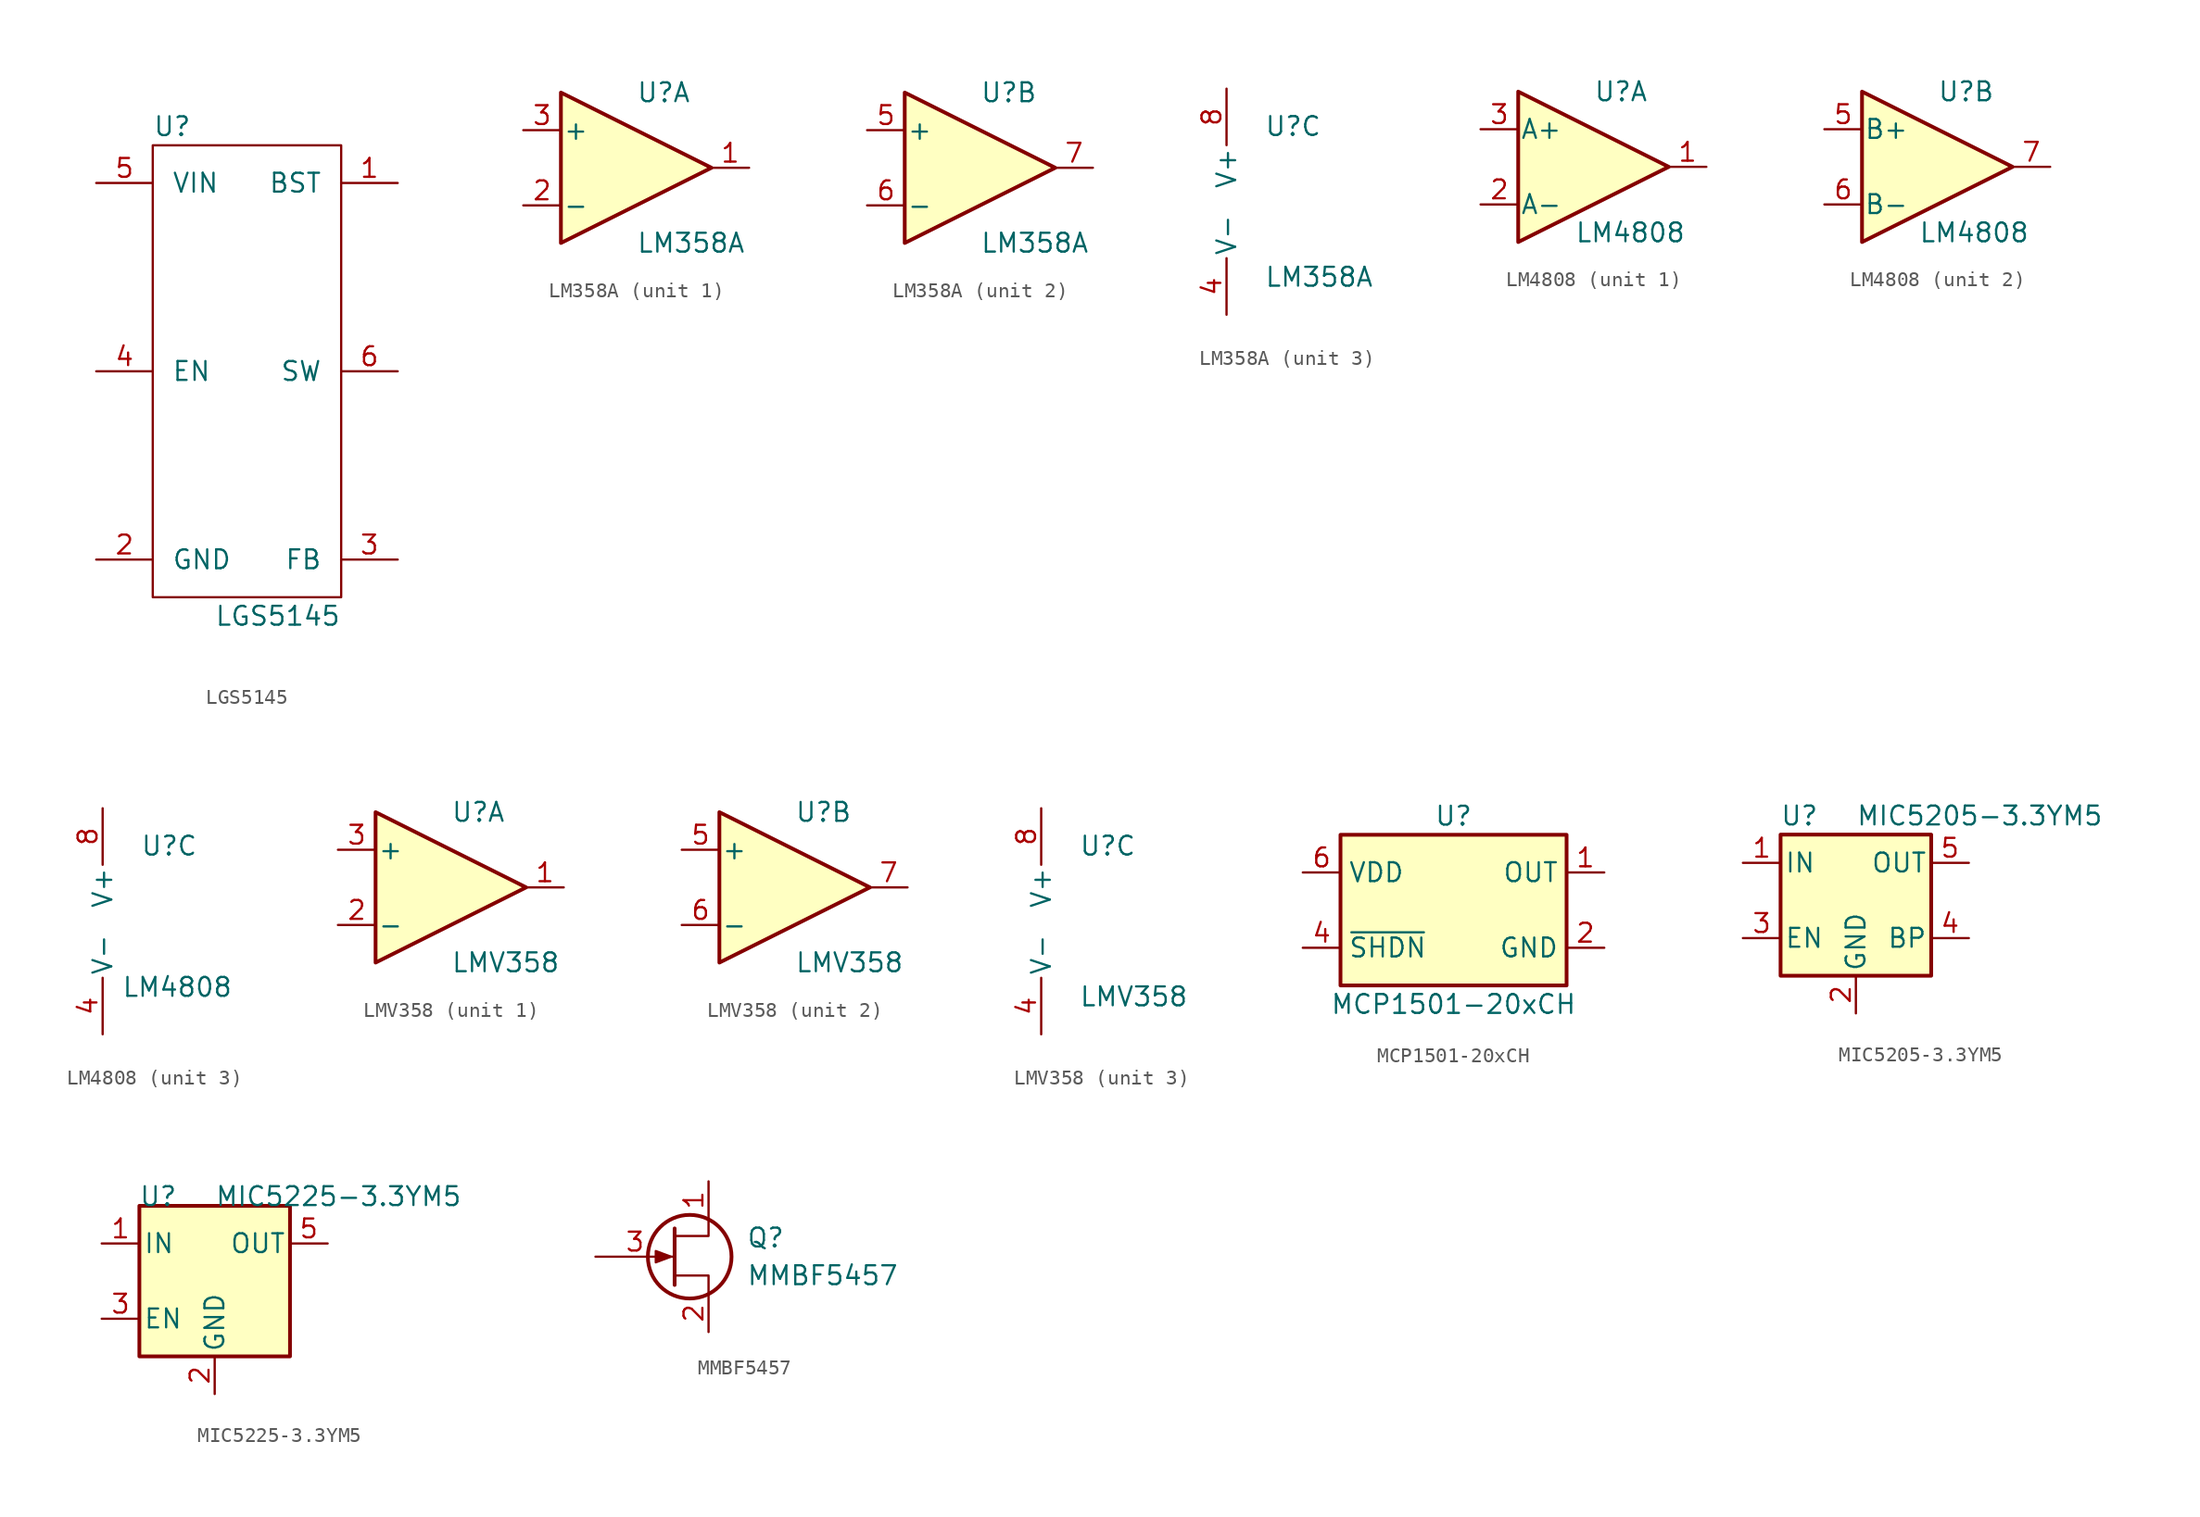
<source format=kicad_sym>
(kicad_symbol_lib
  (version 20231120)
  (generator "kicad_symbol_editor")
  (generator_version "8.0")
  (symbol "LGS5145"
    (pin_names
      (offset 1.27))
    (property "Reference" "U"
      (at -6.35 8.89 0)
      (effects (font (size 1.27 1.27)) (justify left)))
    (property "Value" "LGS5145"
      (at 6.35 -24.13 0)
      (effects (font (size 1.27 1.27)) (justify right)))
    (symbol "LGS5145_0_1"
      (rectangle (start -6.35 7.62) (end 6.35 -22.86) (stroke (width 0) (type default)) (fill (type none))))
    (symbol "LGS5145_1_1"
      (pin passive line (at 10.16 5.08 180) (length 3.81) (name "BST" (effects (font (size 1.27 1.27)))) (number "1" (effects (font (size 1.27 1.27)))))
      (pin power_in line (at -10.16 -20.32 0) (length 3.81) (name "GND" (effects (font (size 1.27 1.27)))) (number "2" (effects (font (size 1.27 1.27)))))
      (pin passive line (at 10.16 -20.32 180) (length 3.81) (name "FB" (effects (font (size 1.27 1.27)))) (number "3" (effects (font (size 1.27 1.27)))))
      (pin input line (at -10.16 -7.62 0) (length 3.81) (name "EN" (effects (font (size 1.27 1.27)))) (number "4" (effects (font (size 1.27 1.27)))))
      (pin power_in line (at -10.16 5.08 0) (length 3.81) (name "VIN" (effects (font (size 1.27 1.27)))) (number "5" (effects (font (size 1.27 1.27)))))
      (pin power_out line (at 10.16 -7.62 180) (length 3.81) (name "SW" (effects (font (size 1.27 1.27)))) (number "6" (effects (font (size 1.27 1.27)))))))
  (symbol "LM358A"
    (pin_names
      (offset 0.127))
    (property "Reference" "U"
      (at 0 5.08 0)
      (effects (font (size 1.27 1.27)) (justify left)))
    (property "Value" "LM358A"
      (at 0 -5.08 0)
      (effects (font (size 1.27 1.27)) (justify left)))
    (property "ki_locked" ""
      (at 0 0 0)
      (effects (font (size 1.27 1.27))))
    (symbol "LM358A_1_1"
      (polyline (pts (xy -5.08 5.08) (xy 5.08 0) (xy -5.08 -5.08) (xy -5.08 5.08)) (stroke (width 0.254) (type default)) (fill (type background)))
      (pin output line (at 7.62 0 180) (length 2.54) (name "~" (effects (font (size 1.27 1.27)))) (number "1" (effects (font (size 1.27 1.27)))))
      (pin input line (at -7.62 -2.54 0) (length 2.54) (name "-" (effects (font (size 1.27 1.27)))) (number "2" (effects (font (size 1.27 1.27)))))
      (pin input line (at -7.62 2.54 0) (length 2.54) (name "+" (effects (font (size 1.27 1.27)))) (number "3" (effects (font (size 1.27 1.27))))))
    (symbol "LM358A_2_1"
      (polyline (pts (xy -5.08 5.08) (xy 5.08 0) (xy -5.08 -5.08) (xy -5.08 5.08)) (stroke (width 0.254) (type default)) (fill (type background)))
      (pin input line (at -7.62 2.54 0) (length 2.54) (name "+" (effects (font (size 1.27 1.27)))) (number "5" (effects (font (size 1.27 1.27)))))
      (pin input line (at -7.62 -2.54 0) (length 2.54) (name "-" (effects (font (size 1.27 1.27)))) (number "6" (effects (font (size 1.27 1.27)))))
      (pin output line (at 7.62 0 180) (length 2.54) (name "~" (effects (font (size 1.27 1.27)))) (number "7" (effects (font (size 1.27 1.27))))))
    (symbol "LM358A_3_1"
      (pin power_in line (at -2.54 -7.62 90) (length 3.81) (name "V-" (effects (font (size 1.27 1.27)))) (number "4" (effects (font (size 1.27 1.27)))))
      (pin power_in line (at -2.54 7.62 270) (length 3.81) (name "V+" (effects (font (size 1.27 1.27)))) (number "8" (effects (font (size 1.27 1.27)))))))
  (symbol "LM4808"
    (pin_names
      (offset 0.127))
    (property "Reference" "U"
      (at 0 5.08 0)
      (effects (font (size 1.27 1.27)) (justify left)))
    (property "Value" "LM4808"
      (at -1.27 -4.445 0)
      (effects (font (size 1.27 1.27)) (justify left)))
    (property "ki_locked" ""
      (at 0 0 0)
      (effects (font (size 1.27 1.27))))
    (symbol "LM4808_1_1"
      (polyline (pts (xy -5.08 5.08) (xy 5.08 0) (xy -5.08 -5.08) (xy -5.08 5.08)) (stroke (width 0.254) (type default)) (fill (type background)))
      (pin output line (at 7.62 0 180) (length 2.54) (name "~" (effects (font (size 1.27 1.27)))) (number "1" (effects (font (size 1.27 1.27)))))
      (pin input line (at -7.62 -2.54 0) (length 2.54) (name "A-" (effects (font (size 1.27 1.27)))) (number "2" (effects (font (size 1.27 1.27)))))
      (pin input line (at -7.62 2.54 0) (length 2.54) (name "A+" (effects (font (size 1.27 1.27)))) (number "3" (effects (font (size 1.27 1.27))))))
    (symbol "LM4808_2_1"
      (polyline (pts (xy -5.08 5.08) (xy 5.08 0) (xy -5.08 -5.08) (xy -5.08 5.08)) (stroke (width 0.254) (type default)) (fill (type background)))
      (pin input line (at -7.62 2.54 0) (length 2.54) (name "B+" (effects (font (size 1.27 1.27)))) (number "5" (effects (font (size 1.27 1.27)))))
      (pin input line (at -7.62 -2.54 0) (length 2.54) (name "B-" (effects (font (size 1.27 1.27)))) (number "6" (effects (font (size 1.27 1.27)))))
      (pin output line (at 7.62 0 180) (length 2.54) (name "~" (effects (font (size 1.27 1.27)))) (number "7" (effects (font (size 1.27 1.27))))))
    (symbol "LM4808_3_1"
      (pin power_in line (at -2.54 -7.62 90) (length 3.81) (name "V-" (effects (font (size 1.27 1.27)))) (number "4" (effects (font (size 1.27 1.27)))))
      (pin power_in line (at -2.54 7.62 270) (length 3.81) (name "V+" (effects (font (size 1.27 1.27)))) (number "8" (effects (font (size 1.27 1.27)))))))
  (symbol "LMV358"
    (pin_names
      (offset 0.127))
    (property "Reference" "U"
      (at 0 5.08 0)
      (effects (font (size 1.27 1.27)) (justify left)))
    (property "Value" "LMV358"
      (at 0 -5.08 0)
      (effects (font (size 1.27 1.27)) (justify left)))
    (property "ki_locked" ""
      (at 0 0 0)
      (effects (font (size 1.27 1.27))))
    (symbol "LMV358_1_1"
      (polyline (pts (xy -5.08 5.08) (xy 5.08 0) (xy -5.08 -5.08) (xy -5.08 5.08)) (stroke (width 0.254) (type default)) (fill (type background)))
      (pin output line (at 7.62 0 180) (length 2.54) (name "~" (effects (font (size 1.27 1.27)))) (number "1" (effects (font (size 1.27 1.27)))))
      (pin input line (at -7.62 -2.54 0) (length 2.54) (name "-" (effects (font (size 1.27 1.27)))) (number "2" (effects (font (size 1.27 1.27)))))
      (pin input line (at -7.62 2.54 0) (length 2.54) (name "+" (effects (font (size 1.27 1.27)))) (number "3" (effects (font (size 1.27 1.27))))))
    (symbol "LMV358_2_1"
      (polyline (pts (xy -5.08 5.08) (xy 5.08 0) (xy -5.08 -5.08) (xy -5.08 5.08)) (stroke (width 0.254) (type default)) (fill (type background)))
      (pin input line (at -7.62 2.54 0) (length 2.54) (name "+" (effects (font (size 1.27 1.27)))) (number "5" (effects (font (size 1.27 1.27)))))
      (pin input line (at -7.62 -2.54 0) (length 2.54) (name "-" (effects (font (size 1.27 1.27)))) (number "6" (effects (font (size 1.27 1.27)))))
      (pin output line (at 7.62 0 180) (length 2.54) (name "~" (effects (font (size 1.27 1.27)))) (number "7" (effects (font (size 1.27 1.27))))))
    (symbol "LMV358_3_1"
      (pin power_in line (at -2.54 -7.62 90) (length 3.81) (name "V-" (effects (font (size 1.27 1.27)))) (number "4" (effects (font (size 1.27 1.27)))))
      (pin power_in line (at -2.54 7.62 270) (length 3.81) (name "V+" (effects (font (size 1.27 1.27)))) (number "8" (effects (font (size 1.27 1.27)))))))
  (symbol "MCP1501-20xCH"
    (property "Reference" "U"
      (at 0 6.35 0)
      (effects (font (size 1.27 1.27))))
    (property "Value" "MCP1501-20xCH"
      (at 0 -6.35 0)
      (effects (font (size 1.27 1.27))))
    (symbol "MCP1501-20xCH_0_0"
      (pin power_out line (at 10.16 2.54 180) (length 2.54) (name "OUT" (effects (font (size 1.27 1.27)))) (number "1" (effects (font (size 1.27 1.27)))))
      (pin power_in line (at 10.16 -2.54 180) (length 2.54) (name "GND" (effects (font (size 1.27 1.27)))) (number "2" (effects (font (size 1.27 1.27)))))
      (pin passive line (at 10.16 -2.54 180) (length 2.54) hide (name "GND" (effects (font (size 1.27 1.27)))) (number "3" (effects (font (size 1.27 1.27)))))
      (pin input line (at -10.16 -2.54 0) (length 2.54) (name "~{SHDN}" (effects (font (size 1.27 1.27)))) (number "4" (effects (font (size 1.27 1.27)))))
      (pin passive line (at 10.16 -2.54 180) (length 2.54) hide (name "GND" (effects (font (size 1.27 1.27)))) (number "5" (effects (font (size 1.27 1.27)))))
      (pin power_in line (at -10.16 2.54 0) (length 2.54) (name "VDD" (effects (font (size 1.27 1.27)))) (number "6" (effects (font (size 1.27 1.27))))))
    (symbol "MCP1501-20xCH_0_1"
      (rectangle (start -7.62 5.08) (end 7.62 -5.08) (stroke (width 0.254) (type default)) (fill (type background)))))
  (symbol "MIC5205-3.3YM5"
    (pin_names
      (offset 0.254))
    (property "Reference" "U"
      (at -3.81 5.715 0)
      (effects (font (size 1.27 1.27))))
    (property "Value" "MIC5205-3.3YM5"
      (at 0 5.715 0)
      (effects (font (size 1.27 1.27)) (justify left)))
    (symbol "MIC5205-3.3YM5_0_1"
      (rectangle (start -5.08 4.445) (end 5.08 -5.08) (stroke (width 0.254) (type default)) (fill (type background))))
    (symbol "MIC5205-3.3YM5_1_1"
      (pin power_in line (at -7.62 2.54 0) (length 2.54) (name "IN" (effects (font (size 1.27 1.27)))) (number "1" (effects (font (size 1.27 1.27)))))
      (pin power_in line (at 0 -7.62 90) (length 2.54) (name "GND" (effects (font (size 1.27 1.27)))) (number "2" (effects (font (size 1.27 1.27)))))
      (pin input line (at -7.62 -2.54 0) (length 2.54) (name "EN" (effects (font (size 1.27 1.27)))) (number "3" (effects (font (size 1.27 1.27)))))
      (pin input line (at 7.62 -2.54 180) (length 2.54) (name "BP" (effects (font (size 1.27 1.27)))) (number "4" (effects (font (size 1.27 1.27)))))
      (pin power_out line (at 7.62 2.54 180) (length 2.54) (name "OUT" (effects (font (size 1.27 1.27)))) (number "5" (effects (font (size 1.27 1.27)))))))
  (symbol "MIC5225-3.3YM5"
    (pin_names
      (offset 0.254))
    (property "Reference" "U"
      (at -3.81 5.715 0)
      (effects (font (size 1.27 1.27))))
    (property "Value" "MIC5225-3.3YM5"
      (at 0 5.715 0)
      (effects (font (size 1.27 1.27)) (justify left)))
    (symbol "MIC5225-3.3YM5_0_1"
      (rectangle (start -5.08 5.08) (end 5.08 -5.08) (stroke (width 0.254) (type default)) (fill (type background))))
    (symbol "MIC5225-3.3YM5_1_1"
      (pin power_in line (at -7.62 2.54 0) (length 2.54) (name "IN" (effects (font (size 1.27 1.27)))) (number "1" (effects (font (size 1.27 1.27)))))
      (pin power_in line (at 0 -7.62 90) (length 2.54) (name "GND" (effects (font (size 1.27 1.27)))) (number "2" (effects (font (size 1.27 1.27)))))
      (pin input line (at -7.62 -2.54 0) (length 2.54) (name "EN" (effects (font (size 1.27 1.27)))) (number "3" (effects (font (size 1.27 1.27)))))
      (pin no_connect line (at 7.62 -2.54 180) (length 2.54) hide (name "NC" (effects (font (size 1.27 1.27)))) (number "4" (effects (font (size 1.27 1.27)))))
      (pin power_out line (at 7.62 2.54 180) (length 2.54) (name "OUT" (effects (font (size 1.27 1.27)))) (number "5" (effects (font (size 1.27 1.27)))))))
  (symbol "MMBF5457"
    (pin_names
      (offset 0) hide)
    (property "Reference" "Q"
      (at 5.08 1.27 0)
      (effects (font (size 1.27 1.27)) (justify left)))
    (property "Value" "MMBF5457"
      (at 5.08 -1.27 0)
      (effects (font (size 1.27 1.27)) (justify left)))
    (symbol "MMBF5457_0_1"
      (polyline (pts (xy 0.254 1.905) (xy 0.254 -1.905) (xy 0.254 -1.905)) (stroke (width 0.254) (type default)) (fill (type none)))
      (polyline (pts (xy 2.54 -2.54) (xy 2.54 -1.27) (xy 0.254 -1.27)) (stroke (width 0) (type default)) (fill (type none)))
      (polyline (pts (xy 2.54 2.54) (xy 2.54 1.397) (xy 0.254 1.397)) (stroke (width 0) (type default)) (fill (type none)))
      (polyline (pts (xy 0 0) (xy -1.016 0.381) (xy -1.016 -0.381) (xy 0 0)) (stroke (width 0) (type default)) (fill (type outline)))
      (circle (center 1.27 0) (radius 2.819) (stroke (width 0.254) (type default)) (fill (type none))))
    (symbol "MMBF5457_1_1"
      (pin passive line (at 2.54 5.08 270) (length 2.54) (name "D" (effects (font (size 1.27 1.27)))) (number "1" (effects (font (size 1.27 1.27)))))
      (pin passive line (at 2.54 -5.08 90) (length 2.54) (name "S" (effects (font (size 1.27 1.27)))) (number "2" (effects (font (size 1.27 1.27)))))
      (pin input line (at -5.08 0 0) (length 5.334) (name "G" (effects (font (size 1.27 1.27)))) (number "3" (effects (font (size 1.27 1.27))))))))
</source>
